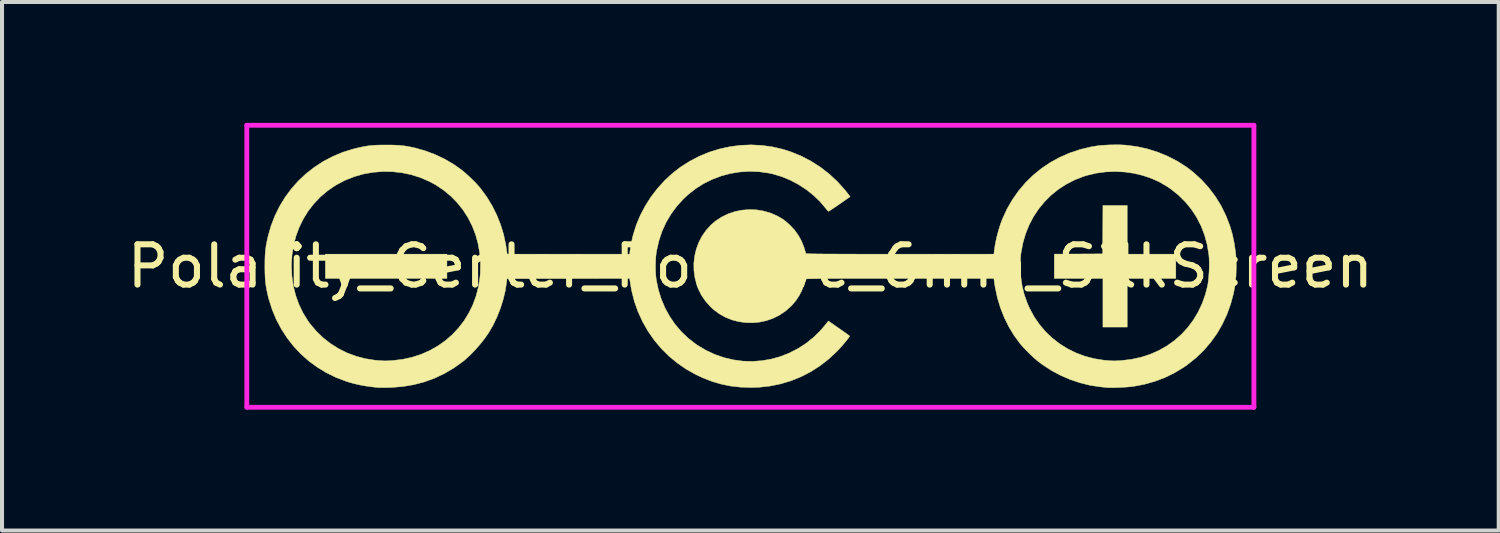
<source format=kicad_pcb>
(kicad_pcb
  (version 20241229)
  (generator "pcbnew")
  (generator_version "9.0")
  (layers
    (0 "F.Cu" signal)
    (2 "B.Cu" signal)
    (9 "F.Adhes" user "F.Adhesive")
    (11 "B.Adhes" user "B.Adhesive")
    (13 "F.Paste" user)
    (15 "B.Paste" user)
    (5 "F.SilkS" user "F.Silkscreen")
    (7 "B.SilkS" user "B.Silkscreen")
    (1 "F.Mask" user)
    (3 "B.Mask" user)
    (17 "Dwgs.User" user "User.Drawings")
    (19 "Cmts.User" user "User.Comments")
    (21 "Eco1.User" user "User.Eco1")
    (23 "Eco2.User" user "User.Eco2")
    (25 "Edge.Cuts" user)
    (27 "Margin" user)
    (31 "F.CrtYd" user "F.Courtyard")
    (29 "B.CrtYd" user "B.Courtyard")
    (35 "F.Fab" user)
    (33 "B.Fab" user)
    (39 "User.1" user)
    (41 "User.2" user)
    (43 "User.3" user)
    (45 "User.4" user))
  (footprint "Polarity_Center_Positive_6mm_SilkScreen"
    (layer "F.Cu")
    (at 15.577 3.56)
    (property "Reference" "Polarity_Center_Positive_6mm_SilkScreen" (at 0 0 0) (layer "F.SilkS") (effects (font (size 1 1) (thickness 0.15))))
    (attr exclude_from_pos_files exclude_from_bom)
    (fp_poly (pts (xy -7.532 0.302) (xy -10.55 0.302) (xy -10.55 -0.302) (xy -7.532 -0.302) (xy -7.532 0.302)) (stroke (width 0.01) (type solid)) (fill yes) (layer "F.SilkS"))
    (fp_poly (pts (xy 9.355 -0.302) (xy 10.562 -0.302) (xy 10.562 0.302) (xy 9.355 0.302) (xy 9.355 1.509) (xy 8.752 1.509) (xy 8.752 0.302) (xy 7.545 0.302) (xy 7.545 -0.302) (xy 8.145 -0.305) (xy 8.745 -0.308) (xy 8.749 -0.908) (xy 8.752 -1.509) (xy 9.355 -1.509) (xy 9.355 -0.302)) (stroke (width 0.01) (type solid)) (fill yes) (layer "F.SilkS"))
    (fp_poly (pts (xy 9.175 -3.015) (xy 9.284 -3.01) (xy 9.337 -3.006) (xy 9.605 -2.97) (xy 9.869 -2.911) (xy 10.125 -2.829) (xy 10.371 -2.727) (xy 10.606 -2.605) (xy 10.827 -2.464) (xy 11.002 -2.329) (xy 11.202 -2.146) (xy 11.382 -1.947) (xy 11.543 -1.733) (xy 11.684 -1.505) (xy 11.803 -1.264) (xy 11.901 -1.012) (xy 11.965 -0.798) (xy 12.018 -0.544) (xy 12.052 -0.282) (xy 12.064 -0.017) (xy 12.056 0.245) (xy 12.027 0.501) (xy 11.995 0.671) (xy 11.923 0.94) (xy 11.83 1.197) (xy 11.715 1.442) (xy 11.581 1.673) (xy 11.426 1.889) (xy 11.252 2.091) (xy 11.06 2.275) (xy 10.85 2.443) (xy 10.762 2.505) (xy 10.53 2.646) (xy 10.288 2.764) (xy 10.035 2.859) (xy 9.771 2.933) (xy 9.515 2.981) (xy 9.451 2.989) (xy 9.371 2.996) (xy 9.282 3.002) (xy 9.188 3.008) (xy 9.095 3.011) (xy 9.008 3.014) (xy 8.933 3.014) (xy 8.874 3.012) (xy 8.852 3.011) (xy 8.821 3.007) (xy 8.773 3.002) (xy 8.714 2.996) (xy 8.676 2.992) (xy 8.428 2.954) (xy 8.179 2.892) (xy 7.933 2.809) (xy 7.695 2.706) (xy 7.466 2.583) (xy 7.252 2.443) (xy 7.123 2.345) (xy 7.041 2.274) (xy 6.951 2.191) (xy 6.861 2.1) (xy 6.775 2.011) (xy 6.703 1.928) (xy 6.694 1.918) (xy 6.548 1.719) (xy 6.417 1.503) (xy 6.303 1.273) (xy 6.208 1.031) (xy 6.132 0.78) (xy 6.077 0.523) (xy 6.066 0.456) (xy 6.044 0.302) (xy 3.713 0.302) (xy 3.419 0.302) (xy 3.148 0.302) (xy 2.901 0.302) (xy 2.677 0.302) (xy 2.474 0.303) (xy 2.291 0.303) (xy 2.129 0.304) (xy 1.985 0.304) (xy 1.859 0.305) (xy 1.749 0.306) (xy 1.656 0.307) (xy 1.578 0.308) (xy 1.515 0.309) (xy 1.464 0.31) (xy 1.426 0.312) (xy 1.4 0.313) (xy 1.384 0.315) (xy 1.378 0.317) (xy 1.378 0.318) (xy 1.327 0.476) (xy 1.271 0.615) (xy 1.207 0.737) (xy 1.133 0.848) (xy 1.046 0.953) (xy 1.007 0.994) (xy 0.871 1.113) (xy 0.724 1.212) (xy 0.567 1.291) (xy 0.402 1.349) (xy 0.232 1.386) (xy 0.058 1.403) (xy -0.115 1.399) (xy -0.288 1.375) (xy -0.456 1.331) (xy -0.618 1.266) (xy -0.772 1.18) (xy -0.915 1.074) (xy -0.997 0.997) (xy -1.119 0.858) (xy -1.218 0.712) (xy -1.295 0.557) (xy -1.327 0.473) (xy -1.375 0.291) (xy -1.4 0.108) (xy -1.402 0.004) (xy 6.702 0.004) (xy 6.713 0.248) (xy 6.745 0.48) (xy 6.8 0.704) (xy 6.878 0.922) (xy 6.935 1.05) (xy 7.048 1.258) (xy 7.181 1.45) (xy 7.331 1.626) (xy 7.498 1.785) (xy 7.681 1.926) (xy 7.877 2.048) (xy 8.086 2.151) (xy 8.306 2.233) (xy 8.536 2.293) (xy 8.775 2.331) (xy 8.915 2.343) (xy 8.96 2.346) (xy 9 2.348) (xy 9.016 2.349) (xy 9.04 2.349) (xy 9.083 2.347) (xy 9.14 2.344) (xy 9.205 2.34) (xy 9.219 2.339) (xy 9.466 2.309) (xy 9.703 2.257) (xy 9.929 2.183) (xy 10.143 2.089) (xy 10.343 1.975) (xy 10.53 1.841) (xy 10.702 1.69) (xy 10.857 1.522) (xy 10.995 1.337) (xy 11.115 1.137) (xy 11.216 0.923) (xy 11.297 0.695) (xy 11.349 0.49) (xy 11.365 0.396) (xy 11.377 0.284) (xy 11.386 0.16) (xy 11.391 0.033) (xy 11.392 -0.091) (xy 11.388 -0.205) (xy 11.38 -0.298) (xy 11.338 -0.545) (xy 11.274 -0.779) (xy 11.188 -1.002) (xy 11.08 -1.212) (xy 10.952 -1.409) (xy 10.803 -1.592) (xy 10.634 -1.76) (xy 10.445 -1.913) (xy 10.361 -1.971) (xy 10.169 -2.085) (xy 9.963 -2.179) (xy 9.747 -2.253) (xy 9.522 -2.307) (xy 9.291 -2.34) (xy 9.058 -2.352) (xy 8.824 -2.343) (xy 8.592 -2.312) (xy 8.366 -2.259) (xy 8.274 -2.231) (xy 8.05 -2.144) (xy 7.841 -2.036) (xy 7.645 -1.909) (xy 7.465 -1.764) (xy 7.302 -1.601) (xy 7.156 -1.423) (xy 7.028 -1.23) (xy 6.92 -1.024) (xy 6.832 -0.805) (xy 6.765 -0.575) (xy 6.72 -0.335) (xy 6.715 -0.302) (xy 6.711 -0.25) (xy 6.707 -0.181) (xy 6.704 -0.103) (xy 6.702 -0.023) (xy 6.702 0.004) (xy -1.402 0.004) (xy -1.403 -0.074) (xy -1.383 -0.253) (xy -1.342 -0.427) (xy -1.28 -0.594) (xy -1.198 -0.751) (xy -1.096 -0.896) (xy -0.976 -1.028) (xy -0.864 -1.124) (xy -0.713 -1.223) (xy -0.551 -1.302) (xy -0.381 -1.359) (xy -0.205 -1.394) (xy -0.025 -1.408) (xy 0.154 -1.401) (xy 0.332 -1.371) (xy 0.506 -1.32) (xy 0.673 -1.247) (xy 0.811 -1.166) (xy 0.853 -1.135) (xy 0.904 -1.092) (xy 0.957 -1.045) (xy 0.99 -1.014) (xy 1.099 -0.897) (xy 1.19 -0.771) (xy 1.267 -0.632) (xy 1.33 -0.478) (xy 1.378 -0.318) (xy 1.383 -0.316) (xy 1.398 -0.314) (xy 1.423 -0.312) (xy 1.459 -0.311) (xy 1.508 -0.309) (xy 1.57 -0.308) (xy 1.646 -0.307) (xy 1.737 -0.306) (xy 1.845 -0.305) (xy 1.969 -0.304) (xy 2.11 -0.304) (xy 2.271 -0.303) (xy 2.451 -0.303) (xy 2.651 -0.302) (xy 2.873 -0.302) (xy 3.117 -0.302) (xy 3.384 -0.302) (xy 3.676 -0.302) (xy 6.046 -0.302) (xy 6.054 -0.38) (xy 6.077 -0.538) (xy 6.112 -0.707) (xy 6.157 -0.879) (xy 6.208 -1.044) (xy 6.257 -1.174) (xy 6.371 -1.422) (xy 6.506 -1.655) (xy 6.659 -1.873) (xy 6.83 -2.075) (xy 7.018 -2.259) (xy 7.221 -2.425) (xy 7.44 -2.573) (xy 7.672 -2.701) (xy 7.917 -2.809) (xy 8.173 -2.896) (xy 8.44 -2.961) (xy 8.593 -2.987) (xy 8.689 -2.999) (xy 8.803 -3.007) (xy 8.927 -3.013) (xy 9.053 -3.015) (xy 9.175 -3.015)) (stroke (width 0.01) (type solid)) (fill yes) (layer "F.SilkS"))
    (fp_poly (pts (xy 0.284 -3.001) (xy 0.547 -2.965) (xy 0.807 -2.905) (xy 1.012 -2.839) (xy 1.268 -2.734) (xy 1.512 -2.606) (xy 1.744 -2.457) (xy 1.961 -2.288) (xy 2.163 -2.1) (xy 2.349 -1.893) (xy 2.443 -1.772) (xy 2.477 -1.727) (xy 2.217 -1.546) (xy 2.145 -1.496) (xy 2.079 -1.452) (xy 2.023 -1.414) (xy 1.98 -1.386) (xy 1.951 -1.369) (xy 1.941 -1.364) (xy 1.927 -1.374) (xy 1.903 -1.398) (xy 1.876 -1.432) (xy 1.733 -1.602) (xy 1.57 -1.759) (xy 1.391 -1.902) (xy 1.198 -2.028) (xy 0.995 -2.136) (xy 0.783 -2.224) (xy 0.568 -2.289) (xy 0.458 -2.313) (xy 0.217 -2.347) (xy -0.023 -2.356) (xy -0.261 -2.341) (xy -0.494 -2.303) (xy -0.722 -2.242) (xy -0.943 -2.159) (xy -1.154 -2.055) (xy -1.354 -1.929) (xy -1.542 -1.782) (xy -1.66 -1.672) (xy -1.826 -1.49) (xy -1.969 -1.296) (xy -2.091 -1.09) (xy -2.191 -0.872) (xy -2.268 -0.641) (xy -2.324 -0.398) (xy -2.334 -0.34) (xy -2.346 -0.243) (xy -2.352 -0.129) (xy -2.355 -0.007) (xy -2.353 0.115) (xy -2.347 0.229) (xy -2.336 0.328) (xy -2.334 0.338) (xy -2.284 0.58) (xy -2.212 0.813) (xy -2.118 1.035) (xy -2.003 1.244) (xy -1.869 1.44) (xy -1.716 1.62) (xy -1.545 1.784) (xy -1.356 1.931) (xy -1.308 1.964) (xy -1.098 2.088) (xy -0.88 2.189) (xy -0.654 2.267) (xy -0.423 2.322) (xy -0.189 2.354) (xy 0.047 2.361) (xy 0.283 2.344) (xy 0.518 2.304) (xy 0.735 2.244) (xy 0.963 2.155) (xy 1.178 2.045) (xy 1.381 1.915) (xy 1.569 1.764) (xy 1.741 1.595) (xy 1.845 1.474) (xy 1.938 1.357) (xy 1.997 1.399) (xy 2.026 1.42) (xy 2.071 1.451) (xy 2.128 1.491) (xy 2.193 1.536) (xy 2.26 1.583) (xy 2.323 1.627) (xy 2.378 1.666) (xy 2.422 1.698) (xy 2.451 1.72) (xy 2.464 1.732) (xy 2.465 1.732) (xy 2.457 1.749) (xy 2.434 1.781) (xy 2.401 1.825) (xy 2.359 1.877) (xy 2.311 1.934) (xy 2.261 1.993) (xy 2.21 2.049) (xy 2.162 2.1) (xy 2.144 2.118) (xy 1.941 2.307) (xy 1.724 2.474) (xy 1.496 2.62) (xy 1.257 2.743) (xy 1.009 2.843) (xy 0.751 2.92) (xy 0.486 2.974) (xy 0.214 3.004) (xy 0.013 3.01) (xy -0.244 3.001) (xy -0.486 2.974) (xy -0.719 2.927) (xy -0.947 2.86) (xy -1.175 2.772) (xy -1.349 2.691) (xy -1.587 2.558) (xy -1.811 2.404) (xy -2.02 2.232) (xy -2.212 2.041) (xy -2.386 1.834) (xy -2.541 1.611) (xy -2.676 1.374) (xy -2.789 1.127) (xy -2.878 0.876) (xy -2.944 0.619) (xy -2.97 0.477) (xy -2.998 0.302) (xy -6.042 0.308) (xy -6.051 0.396) (xy -6.084 0.609) (xy -6.137 0.829) (xy -6.207 1.05) (xy -6.292 1.265) (xy -6.39 1.469) (xy -6.494 1.647) (xy -6.592 1.789) (xy -6.704 1.931) (xy -6.825 2.07) (xy -6.95 2.199) (xy -7.074 2.313) (xy -7.133 2.362) (xy -7.359 2.524) (xy -7.594 2.663) (xy -7.838 2.778) (xy -8.093 2.871) (xy -8.357 2.94) (xy -8.631 2.986) (xy -8.914 3.009) (xy -8.972 3.01) (xy -9.049 3.012) (xy -9.12 3.012) (xy -9.181 3.012) (xy -9.227 3.012) (xy -9.248 3.01) (xy -9.419 2.991) (xy -9.571 2.969) (xy -9.71 2.943) (xy -9.843 2.912) (xy -9.976 2.874) (xy -10.041 2.853) (xy -10.291 2.758) (xy -10.529 2.641) (xy -10.754 2.504) (xy -10.965 2.349) (xy -11.161 2.175) (xy -11.34 1.984) (xy -11.501 1.777) (xy -11.644 1.556) (xy -11.768 1.322) (xy -11.871 1.075) (xy -11.953 0.817) (xy -11.97 0.752) (xy -11.995 0.641) (xy -12.015 0.541) (xy -12.03 0.446) (xy -12.041 0.351) (xy -12.047 0.249) (xy -12.051 0.134) (xy -12.052 0) (xy -12.052 -0.006) (xy -11.392 -0.006) (xy -11.381 0.243) (xy -11.346 0.486) (xy -11.288 0.719) (xy -11.208 0.942) (xy -11.106 1.155) (xy -10.982 1.356) (xy -10.929 1.429) (xy -10.776 1.61) (xy -10.607 1.774) (xy -10.423 1.918) (xy -10.225 2.043) (xy -10.015 2.148) (xy -9.794 2.231) (xy -9.565 2.292) (xy -9.33 2.33) (xy -9.236 2.338) (xy -9.177 2.342) (xy -9.126 2.346) (xy -9.088 2.348) (xy -9.072 2.349) (xy -9.051 2.349) (xy -9.01 2.347) (xy -8.955 2.344) (xy -8.89 2.34) (xy -8.872 2.339) (xy -8.627 2.309) (xy -8.393 2.257) (xy -8.169 2.184) (xy -7.956 2.09) (xy -7.757 1.977) (xy -7.571 1.846) (xy -7.401 1.698) (xy -7.246 1.533) (xy -7.108 1.354) (xy -6.989 1.16) (xy -6.888 0.954) (xy -6.808 0.735) (xy -6.749 0.505) (xy -6.712 0.266) (xy -6.704 0.17) (xy -6.699 -0.079) (xy -6.718 -0.322) (xy -6.759 -0.557) (xy -6.821 -0.784) (xy -6.905 -1) (xy -7.009 -1.206) (xy -7.133 -1.399) (xy -7.276 -1.578) (xy -7.437 -1.742) (xy -7.616 -1.89) (xy -7.812 -2.021) (xy -7.966 -2.104) (xy -8.185 -2.199) (xy -8.412 -2.272) (xy -8.646 -2.321) (xy -8.883 -2.348) (xy -9.122 -2.352) (xy -9.361 -2.333) (xy -9.596 -2.292) (xy -9.826 -2.227) (xy -10.048 -2.14) (xy -10.094 -2.119) (xy -10.304 -2.005) (xy -10.497 -1.872) (xy -10.674 -1.722) (xy -10.833 -1.555) (xy -10.974 -1.374) (xy -11.096 -1.178) (xy -11.198 -0.97) (xy -11.28 -0.751) (xy -11.339 -0.522) (xy -11.377 -0.285) (xy -11.392 -0.039) (xy -11.392 -0.006) (xy -12.052 -0.006) (xy -12.051 -0.134) (xy -12.048 -0.249) (xy -12.041 -0.351) (xy -12.031 -0.446) (xy -12.016 -0.541) (xy -11.996 -0.641) (xy -11.975 -0.736) (xy -11.901 -0.997) (xy -11.805 -1.248) (xy -11.688 -1.486) (xy -11.551 -1.712) (xy -11.395 -1.922) (xy -11.222 -2.118) (xy -11.031 -2.297) (xy -10.825 -2.458) (xy -10.605 -2.602) (xy -10.37 -2.725) (xy -10.123 -2.829) (xy -9.865 -2.91) (xy -9.745 -2.94) (xy -9.642 -2.962) (xy -9.55 -2.98) (xy -9.465 -2.992) (xy -9.379 -3.001) (xy -9.288 -3.007) (xy -9.184 -3.01) (xy -9.063 -3.011) (xy -9.035 -3.011) (xy -8.9 -3.01) (xy -8.784 -3.006) (xy -8.681 -2.999) (xy -8.584 -2.988) (xy -8.486 -2.972) (xy -8.383 -2.951) (xy -8.312 -2.935) (xy -8.067 -2.865) (xy -7.825 -2.774) (xy -7.591 -2.663) (xy -7.37 -2.534) (xy -7.178 -2.399) (xy -7.087 -2.324) (xy -6.988 -2.236) (xy -6.889 -2.141) (xy -6.796 -2.045) (xy -6.716 -1.954) (xy -6.696 -1.93) (xy -6.545 -1.725) (xy -6.411 -1.504) (xy -6.295 -1.272) (xy -6.199 -1.031) (xy -6.124 -0.786) (xy -6.072 -0.54) (xy -6.061 -0.465) (xy -6.054 -0.413) (xy -6.047 -0.367) (xy -6.042 -0.335) (xy -6.041 -0.33) (xy -6.035 -0.302) (xy -2.993 -0.302) (xy -2.993 -0.332) (xy -2.99 -0.364) (xy -2.983 -0.415) (xy -2.972 -0.48) (xy -2.959 -0.553) (xy -2.944 -0.627) (xy -2.929 -0.699) (xy -2.914 -0.761) (xy -2.911 -0.772) (xy -2.834 -1.02) (xy -2.733 -1.263) (xy -2.61 -1.497) (xy -2.468 -1.721) (xy -2.306 -1.932) (xy -2.127 -2.129) (xy -1.932 -2.309) (xy -1.735 -2.462) (xy -1.507 -2.607) (xy -1.269 -2.731) (xy -1.022 -2.833) (xy -0.768 -2.912) (xy -0.508 -2.969) (xy -0.245 -3.003) (xy 0.019 -3.014) (xy 0.284 -3.001)) (stroke (width 0.01) (type solid)) (fill yes) (layer "F.SilkS"))
    (fp_line (start -12.5 -3.5) (end 12.5 -3.5) (stroke (width 0.12) (type solid)) (layer "F.CrtYd"))
    (fp_line (start -12.5 3.5) (end -12.5 -3.5) (stroke (width 0.12) (type solid)) (layer "F.CrtYd"))
    (fp_line (start 12.5 -3.5) (end 12.5 3.5) (stroke (width 0.12) (type solid)) (layer "F.CrtYd"))
    (fp_line (start 12.5 3.5) (end -12.5 3.5) (stroke (width 0.12) (type solid)) (layer "F.CrtYd")))
  (gr_rect
    (start -3 -3)
    (end 34.155 10.12)
    (stroke (width 0.1) (type default))
    (fill no)
    (layer "Edge.Cuts")))
</source>
